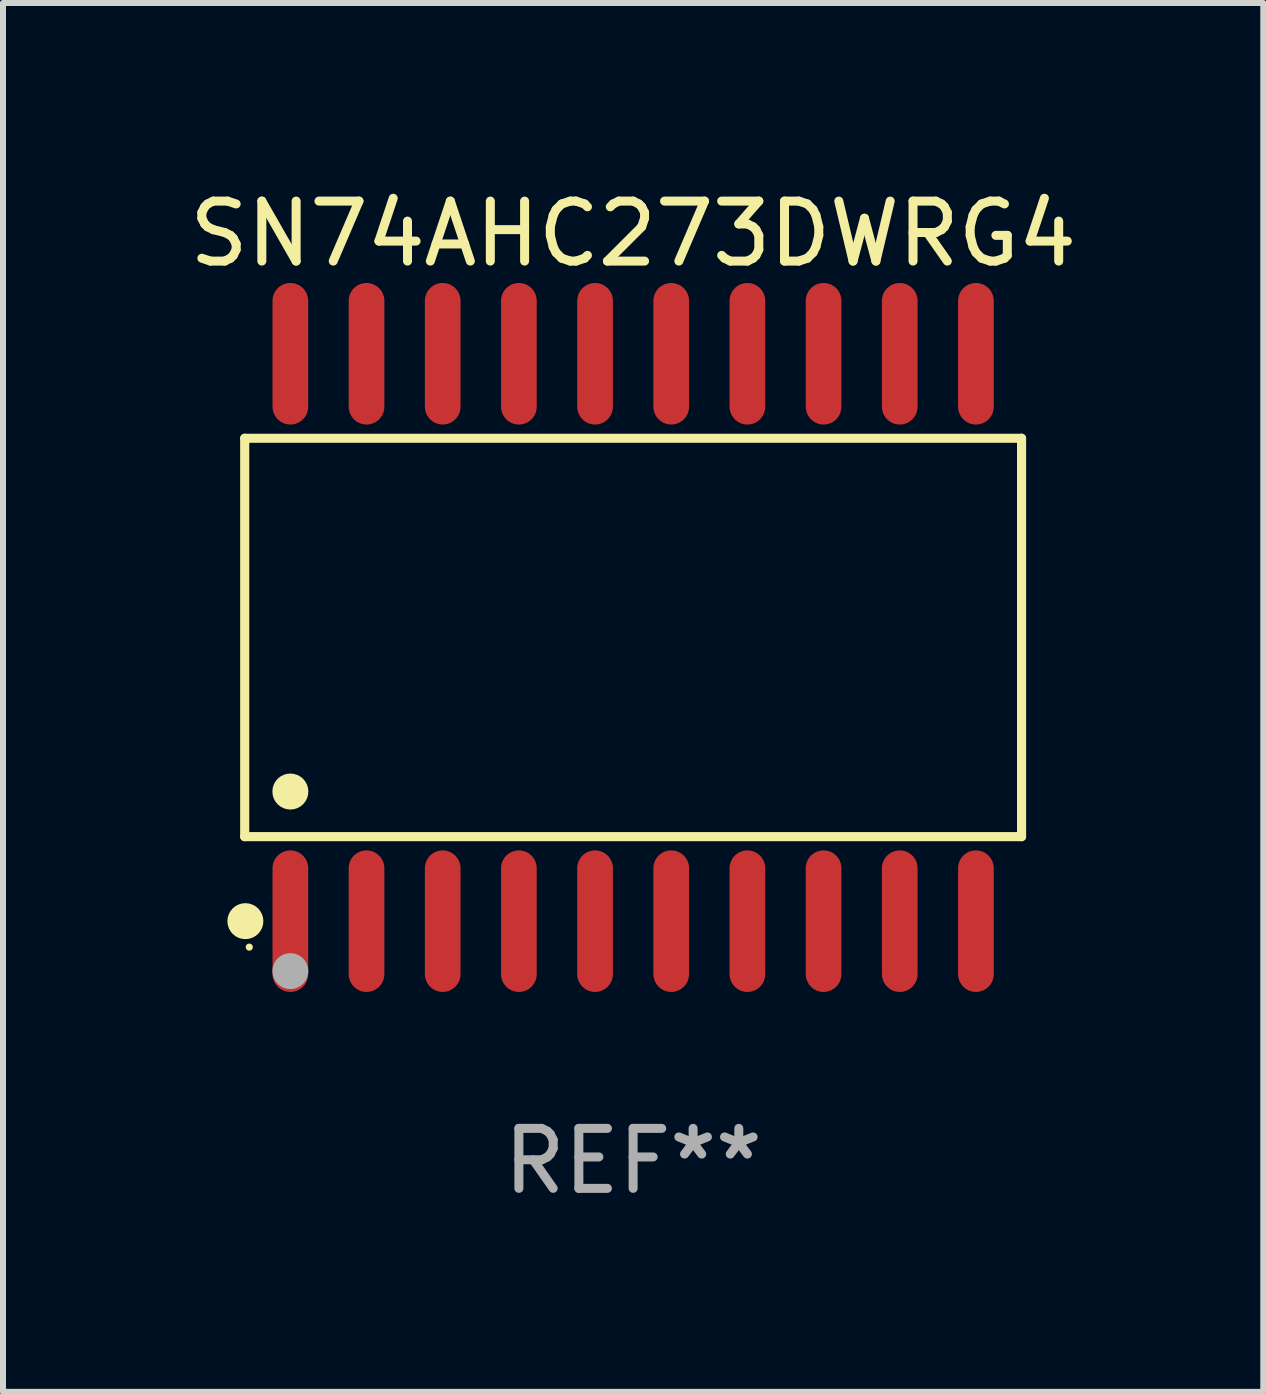
<source format=kicad_pcb>
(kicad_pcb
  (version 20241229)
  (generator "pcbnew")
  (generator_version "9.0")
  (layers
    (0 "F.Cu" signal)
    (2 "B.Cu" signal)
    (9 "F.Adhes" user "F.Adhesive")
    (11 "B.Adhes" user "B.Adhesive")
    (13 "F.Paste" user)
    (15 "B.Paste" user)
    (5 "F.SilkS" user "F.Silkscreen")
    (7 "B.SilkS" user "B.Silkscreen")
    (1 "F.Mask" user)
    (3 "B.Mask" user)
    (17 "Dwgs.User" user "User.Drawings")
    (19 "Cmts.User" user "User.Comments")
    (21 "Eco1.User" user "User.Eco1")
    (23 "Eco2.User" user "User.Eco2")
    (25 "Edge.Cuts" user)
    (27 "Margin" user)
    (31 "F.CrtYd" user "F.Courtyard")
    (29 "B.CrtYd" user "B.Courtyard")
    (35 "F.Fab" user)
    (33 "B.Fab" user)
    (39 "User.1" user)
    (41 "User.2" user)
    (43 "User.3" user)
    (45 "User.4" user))
  (footprint "SN74AHC273DWRG4"
    (layer "F.Cu")
    (at 7.506 7.578)
    (property "Reference" "SN74AHC273DWRG4" (at 0 -6.73 0) (layer "F.SilkS") (effects (font (size 1 1) (thickness 0.15))))
    (attr through_hole)
    (fp_line (start -6.476 -3.321) (end 6.476 -3.321) (stroke (width 0.152) (type solid)) (layer "F.SilkS"))
    (fp_line (start -6.476 3.321) (end -6.476 -3.321) (stroke (width 0.152) (type solid)) (layer "F.SilkS"))
    (fp_line (start 6.476 -3.321) (end 6.476 3.321) (stroke (width 0.152) (type solid)) (layer "F.SilkS"))
    (fp_line (start 6.476 3.321) (end -6.476 3.321) (stroke (width 0.152) (type solid)) (layer "F.SilkS"))
    (fp_circle (center -6.465 4.73) (end -6.315 4.73) (stroke (width 0.3) (type solid)) (fill no) (layer "F.SilkS"))
    (fp_circle (center -6.4 5.163) (end -6.37 5.163) (stroke (width 0.06) (type solid)) (fill no) (layer "F.SilkS"))
    (fp_circle (center -5.715 2.569) (end -5.565 2.569) (stroke (width 0.3) (type solid)) (fill no) (layer "F.SilkS"))
    (fp_circle (center -5.715 5.563) (end -5.565 5.563) (stroke (width 0.3) (type solid)) (fill no) (layer "F.Fab"))
    (fp_text user "REF**" (at 0 8.73 0) (layer "F.Fab") (effects (font (size 1 1) (thickness 0.15))))
    (pad "1" smd oval (at -5.715 4.73) (size 0.595 2.36) (layers "F.Cu" "F.Mask" "F.Paste"))
    (pad "2" smd oval (at -4.445 4.73) (size 0.595 2.36) (layers "F.Cu" "F.Mask" "F.Paste"))
    (pad "3" smd oval (at -3.175 4.73) (size 0.595 2.36) (layers "F.Cu" "F.Mask" "F.Paste"))
    (pad "4" smd oval (at -1.905 4.73) (size 0.595 2.36) (layers "F.Cu" "F.Mask" "F.Paste"))
    (pad "5" smd oval (at -0.635 4.73) (size 0.595 2.36) (layers "F.Cu" "F.Mask" "F.Paste"))
    (pad "6" smd oval (at 0.635 4.73) (size 0.595 2.36) (layers "F.Cu" "F.Mask" "F.Paste"))
    (pad "7" smd oval (at 1.905 4.73) (size 0.595 2.36) (layers "F.Cu" "F.Mask" "F.Paste"))
    (pad "8" smd oval (at 3.175 4.73) (size 0.595 2.36) (layers "F.Cu" "F.Mask" "F.Paste"))
    (pad "9" smd oval (at 4.445 4.73) (size 0.595 2.36) (layers "F.Cu" "F.Mask" "F.Paste"))
    (pad "10" smd oval (at 5.715 4.73) (size 0.595 2.36) (layers "F.Cu" "F.Mask" "F.Paste"))
    (pad "11" smd oval (at 5.715 -4.73) (size 0.595 2.36) (layers "F.Cu" "F.Mask" "F.Paste"))
    (pad "12" smd oval (at 4.445 -4.73) (size 0.595 2.36) (layers "F.Cu" "F.Mask" "F.Paste"))
    (pad "13" smd oval (at 3.175 -4.73) (size 0.595 2.36) (layers "F.Cu" "F.Mask" "F.Paste"))
    (pad "14" smd oval (at 1.905 -4.73) (size 0.595 2.36) (layers "F.Cu" "F.Mask" "F.Paste"))
    (pad "15" smd oval (at 0.635 -4.73) (size 0.595 2.36) (layers "F.Cu" "F.Mask" "F.Paste"))
    (pad "16" smd oval (at -0.635 -4.73) (size 0.595 2.36) (layers "F.Cu" "F.Mask" "F.Paste"))
    (pad "17" smd oval (at -1.905 -4.73) (size 0.595 2.36) (layers "F.Cu" "F.Mask" "F.Paste"))
    (pad "18" smd oval (at -3.175 -4.73) (size 0.595 2.36) (layers "F.Cu" "F.Mask" "F.Paste"))
    (pad "19" smd oval (at -4.445 -4.73) (size 0.595 2.36) (layers "F.Cu" "F.Mask" "F.Paste"))
    (pad "20" smd oval (at -5.715 -4.73) (size 0.595 2.36) (layers "F.Cu" "F.Mask" "F.Paste")))
  (gr_rect
    (start -3 -3)
    (end 18.012 20.156)
    (stroke (width 0.1) (type default))
    (fill no)
    (layer "Edge.Cuts")))
</source>
